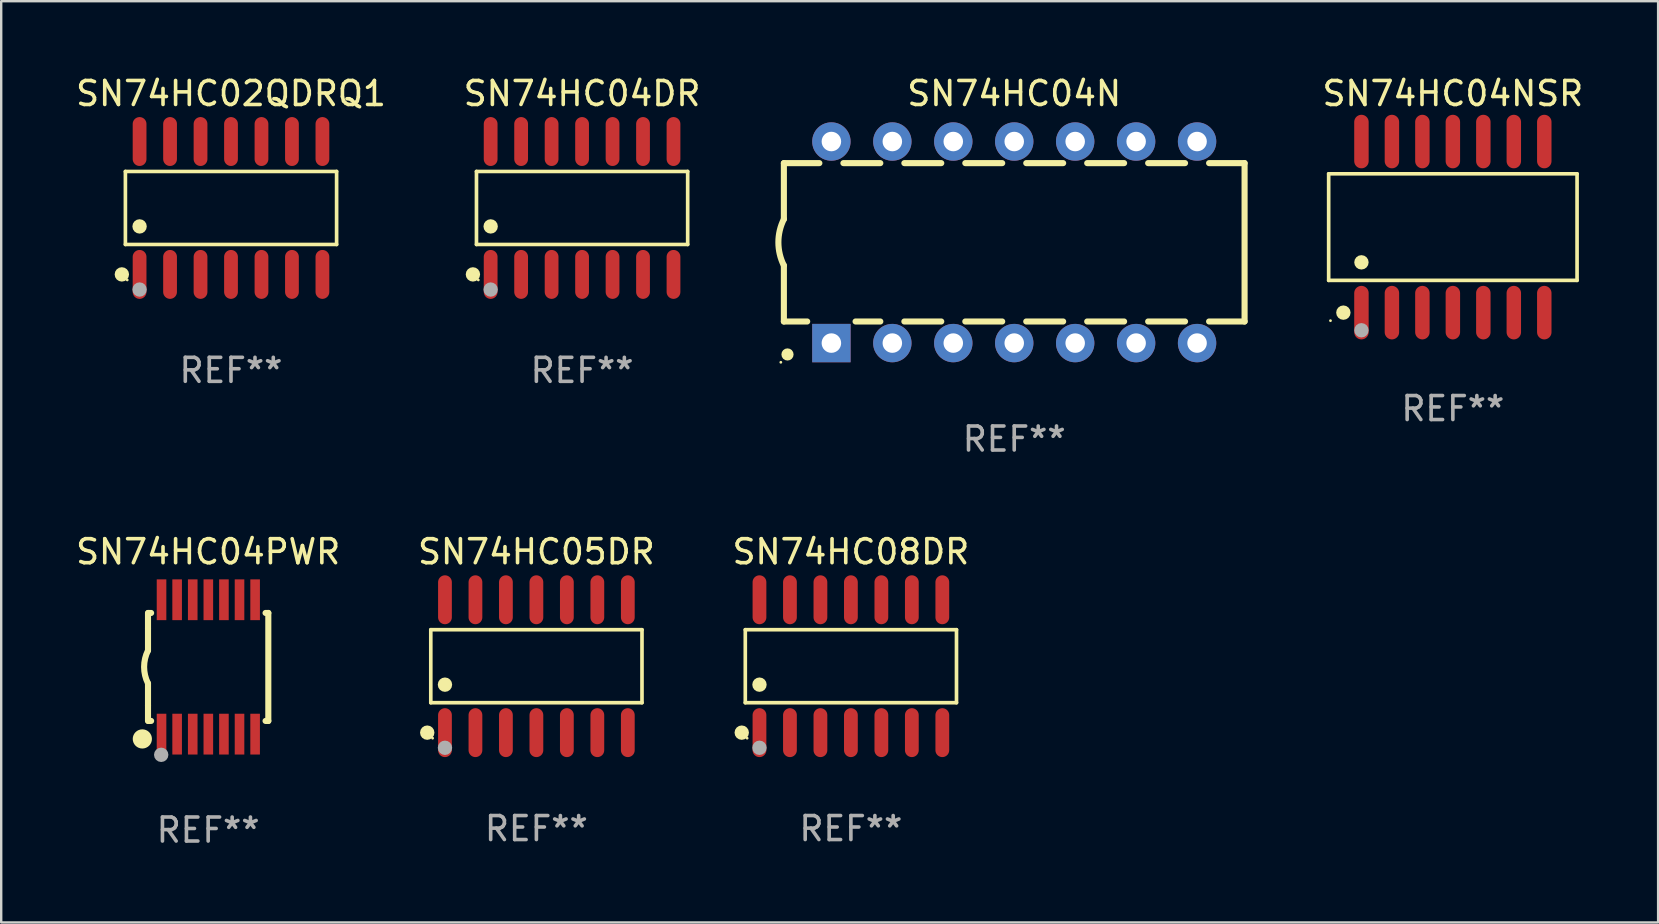
<source format=kicad_pcb>
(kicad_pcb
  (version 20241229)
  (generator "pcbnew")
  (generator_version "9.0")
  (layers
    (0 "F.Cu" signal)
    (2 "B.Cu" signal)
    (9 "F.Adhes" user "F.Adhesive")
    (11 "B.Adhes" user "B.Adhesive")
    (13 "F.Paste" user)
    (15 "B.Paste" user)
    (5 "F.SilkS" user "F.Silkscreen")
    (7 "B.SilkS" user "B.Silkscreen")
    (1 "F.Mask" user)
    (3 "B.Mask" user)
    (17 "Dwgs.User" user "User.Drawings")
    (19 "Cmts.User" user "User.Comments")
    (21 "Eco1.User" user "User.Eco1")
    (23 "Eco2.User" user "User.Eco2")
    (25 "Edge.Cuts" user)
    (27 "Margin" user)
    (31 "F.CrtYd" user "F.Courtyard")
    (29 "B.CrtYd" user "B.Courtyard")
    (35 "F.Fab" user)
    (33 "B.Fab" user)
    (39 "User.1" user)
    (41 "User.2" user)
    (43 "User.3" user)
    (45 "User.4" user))
  (footprint "SN74HC08DR"
    (layer "F.Cu")
    (at 32.411 24.714)
    (property "Reference" "SN74HC08DR" (at 0 -4.769 0) (layer "F.SilkS") (effects (font (size 1 1) (thickness 0.15))))
    (attr through_hole)
    (fp_line (start -4.401 -1.521) (end 4.401 -1.521) (stroke (width 0.152) (type solid)) (layer "F.SilkS"))
    (fp_line (start -4.401 1.521) (end -4.401 -1.521) (stroke (width 0.152) (type solid)) (layer "F.SilkS"))
    (fp_line (start 4.401 -1.521) (end 4.401 1.521) (stroke (width 0.152) (type solid)) (layer "F.SilkS"))
    (fp_line (start 4.401 1.521) (end -4.401 1.521) (stroke (width 0.152) (type solid)) (layer "F.SilkS"))
    (fp_circle (center -4.549 2.769) (end -4.399 2.769) (stroke (width 0.3) (type solid)) (fill no) (layer "F.SilkS"))
    (fp_circle (center -4.325 3) (end -4.295 3) (stroke (width 0.06) (type solid)) (fill no) (layer "F.SilkS"))
    (fp_circle (center -3.81 0.769) (end -3.66 0.769) (stroke (width 0.3) (type solid)) (fill no) (layer "F.SilkS"))
    (fp_circle (center -3.81 3.4) (end -3.66 3.4) (stroke (width 0.3) (type solid)) (fill no) (layer "F.Fab"))
    (fp_text user "REF**" (at 0 6.769 0) (layer "F.Fab") (effects (font (size 1 1) (thickness 0.15))))
    (pad "1" smd oval (at -3.81 2.769) (size 0.574 2.038) (layers "F.Cu" "F.Mask" "F.Paste"))
    (pad "2" smd oval (at -2.54 2.769) (size 0.574 2.038) (layers "F.Cu" "F.Mask" "F.Paste"))
    (pad "3" smd oval (at -1.27 2.769) (size 0.574 2.038) (layers "F.Cu" "F.Mask" "F.Paste"))
    (pad "4" smd oval (at 0 2.769) (size 0.574 2.038) (layers "F.Cu" "F.Mask" "F.Paste"))
    (pad "5" smd oval (at 1.27 2.769) (size 0.574 2.038) (layers "F.Cu" "F.Mask" "F.Paste"))
    (pad "6" smd oval (at 2.54 2.769) (size 0.574 2.038) (layers "F.Cu" "F.Mask" "F.Paste"))
    (pad "7" smd oval (at 3.81 2.769) (size 0.574 2.038) (layers "F.Cu" "F.Mask" "F.Paste"))
    (pad "8" smd oval (at 3.81 -2.769) (size 0.574 2.038) (layers "F.Cu" "F.Mask" "F.Paste"))
    (pad "9" smd oval (at 2.54 -2.769) (size 0.574 2.038) (layers "F.Cu" "F.Mask" "F.Paste"))
    (pad "10" smd oval (at 1.27 -2.769) (size 0.574 2.038) (layers "F.Cu" "F.Mask" "F.Paste"))
    (pad "11" smd oval (at 0 -2.769) (size 0.574 2.038) (layers "F.Cu" "F.Mask" "F.Paste"))
    (pad "12" smd oval (at -1.27 -2.769) (size 0.574 2.038) (layers "F.Cu" "F.Mask" "F.Paste"))
    (pad "13" smd oval (at -2.54 -2.769) (size 0.574 2.038) (layers "F.Cu" "F.Mask" "F.Paste"))
    (pad "14" smd oval (at -3.81 -2.769) (size 0.574 2.038) (layers "F.Cu" "F.Mask" "F.Paste")))
  (footprint "SN74HC04NSR"
    (layer "F.Cu")
    (at 57.498 6.414)
    (property "Reference" "SN74HC04NSR" (at 0 -5.565 0) (layer "F.SilkS") (effects (font (size 1 1) (thickness 0.15))))
    (attr through_hole)
    (fp_line (start -5.176 -2.221) (end 5.176 -2.221) (stroke (width 0.152) (type solid)) (layer "F.SilkS"))
    (fp_line (start -5.176 2.221) (end -5.176 -2.221) (stroke (width 0.152) (type solid)) (layer "F.SilkS"))
    (fp_line (start 5.176 -2.221) (end 5.176 2.221) (stroke (width 0.152) (type solid)) (layer "F.SilkS"))
    (fp_line (start 5.176 2.221) (end -5.176 2.221) (stroke (width 0.152) (type solid)) (layer "F.SilkS"))
    (fp_circle (center -5.1 3.9) (end -5.07 3.9) (stroke (width 0.06) (type solid)) (fill no) (layer "F.SilkS"))
    (fp_circle (center -4.563 3.565) (end -4.413 3.565) (stroke (width 0.3) (type solid)) (fill no) (layer "F.SilkS"))
    (fp_circle (center -3.81 1.469) (end -3.66 1.469) (stroke (width 0.3) (type solid)) (fill no) (layer "F.SilkS"))
    (fp_circle (center -3.81 4.3) (end -3.66 4.3) (stroke (width 0.3) (type solid)) (fill no) (layer "F.Fab"))
    (fp_text user "REF**" (at 0 7.565 0) (layer "F.Fab") (effects (font (size 1 1) (thickness 0.15))))
    (pad "1" smd oval (at -3.81 3.565) (size 0.602 2.231) (layers "F.Cu" "F.Mask" "F.Paste"))
    (pad "2" smd oval (at -2.54 3.565) (size 0.602 2.231) (layers "F.Cu" "F.Mask" "F.Paste"))
    (pad "3" smd oval (at -1.27 3.565) (size 0.602 2.231) (layers "F.Cu" "F.Mask" "F.Paste"))
    (pad "4" smd oval (at 0 3.565) (size 0.602 2.231) (layers "F.Cu" "F.Mask" "F.Paste"))
    (pad "5" smd oval (at 1.27 3.565) (size 0.602 2.231) (layers "F.Cu" "F.Mask" "F.Paste"))
    (pad "6" smd oval (at 2.54 3.565) (size 0.602 2.231) (layers "F.Cu" "F.Mask" "F.Paste"))
    (pad "7" smd oval (at 3.81 3.565) (size 0.602 2.231) (layers "F.Cu" "F.Mask" "F.Paste"))
    (pad "8" smd oval (at 3.81 -3.565) (size 0.602 2.231) (layers "F.Cu" "F.Mask" "F.Paste"))
    (pad "9" smd oval (at 2.54 -3.565) (size 0.602 2.231) (layers "F.Cu" "F.Mask" "F.Paste"))
    (pad "10" smd oval (at 1.27 -3.565) (size 0.602 2.231) (layers "F.Cu" "F.Mask" "F.Paste"))
    (pad "11" smd oval (at 0 -3.565) (size 0.602 2.231) (layers "F.Cu" "F.Mask" "F.Paste"))
    (pad "12" smd oval (at -1.27 -3.565) (size 0.602 2.231) (layers "F.Cu" "F.Mask" "F.Paste"))
    (pad "13" smd oval (at -2.54 -3.565) (size 0.602 2.231) (layers "F.Cu" "F.Mask" "F.Paste"))
    (pad "14" smd oval (at -3.81 -3.565) (size 0.602 2.231) (layers "F.Cu" "F.Mask" "F.Paste")))
  (footprint "SN74HC05DR"
    (layer "F.Cu")
    (at 19.304 24.714)
    (property "Reference" "SN74HC05DR" (at 0 -4.769 0) (layer "F.SilkS") (effects (font (size 1 1) (thickness 0.15))))
    (attr through_hole)
    (fp_line (start -4.401 -1.521) (end 4.401 -1.521) (stroke (width 0.152) (type solid)) (layer "F.SilkS"))
    (fp_line (start -4.401 1.521) (end -4.401 -1.521) (stroke (width 0.152) (type solid)) (layer "F.SilkS"))
    (fp_line (start 4.401 -1.521) (end 4.401 1.521) (stroke (width 0.152) (type solid)) (layer "F.SilkS"))
    (fp_line (start 4.401 1.521) (end -4.401 1.521) (stroke (width 0.152) (type solid)) (layer "F.SilkS"))
    (fp_circle (center -4.549 2.769) (end -4.399 2.769) (stroke (width 0.3) (type solid)) (fill no) (layer "F.SilkS"))
    (fp_circle (center -4.325 3) (end -4.295 3) (stroke (width 0.06) (type solid)) (fill no) (layer "F.SilkS"))
    (fp_circle (center -3.81 0.769) (end -3.66 0.769) (stroke (width 0.3) (type solid)) (fill no) (layer "F.SilkS"))
    (fp_circle (center -3.81 3.4) (end -3.66 3.4) (stroke (width 0.3) (type solid)) (fill no) (layer "F.Fab"))
    (fp_text user "REF**" (at 0 6.769 0) (layer "F.Fab") (effects (font (size 1 1) (thickness 0.15))))
    (pad "1" smd oval (at -3.81 2.769) (size 0.574 2.038) (layers "F.Cu" "F.Mask" "F.Paste"))
    (pad "2" smd oval (at -2.54 2.769) (size 0.574 2.038) (layers "F.Cu" "F.Mask" "F.Paste"))
    (pad "3" smd oval (at -1.27 2.769) (size 0.574 2.038) (layers "F.Cu" "F.Mask" "F.Paste"))
    (pad "4" smd oval (at 0 2.769) (size 0.574 2.038) (layers "F.Cu" "F.Mask" "F.Paste"))
    (pad "5" smd oval (at 1.27 2.769) (size 0.574 2.038) (layers "F.Cu" "F.Mask" "F.Paste"))
    (pad "6" smd oval (at 2.54 2.769) (size 0.574 2.038) (layers "F.Cu" "F.Mask" "F.Paste"))
    (pad "7" smd oval (at 3.81 2.769) (size 0.574 2.038) (layers "F.Cu" "F.Mask" "F.Paste"))
    (pad "8" smd oval (at 3.81 -2.769) (size 0.574 2.038) (layers "F.Cu" "F.Mask" "F.Paste"))
    (pad "9" smd oval (at 2.54 -2.769) (size 0.574 2.038) (layers "F.Cu" "F.Mask" "F.Paste"))
    (pad "10" smd oval (at 1.27 -2.769) (size 0.574 2.038) (layers "F.Cu" "F.Mask" "F.Paste"))
    (pad "11" smd oval (at 0 -2.769) (size 0.574 2.038) (layers "F.Cu" "F.Mask" "F.Paste"))
    (pad "12" smd oval (at -1.27 -2.769) (size 0.574 2.038) (layers "F.Cu" "F.Mask" "F.Paste"))
    (pad "13" smd oval (at -2.54 -2.769) (size 0.574 2.038) (layers "F.Cu" "F.Mask" "F.Paste"))
    (pad "14" smd oval (at -3.81 -2.769) (size 0.574 2.038) (layers "F.Cu" "F.Mask" "F.Paste")))
  (footprint "SN74HC04PWR"
    (layer "F.Cu")
    (at 5.625 24.745)
    (property "Reference" "SN74HC04PWR" (at 0 -4.8 0) (layer "F.SilkS") (effects (font (size 1 1) (thickness 0.15))))
    (attr through_hole)
    (fp_line (start -2.507 -1.6) (end -2.507 -2.25) (stroke (width 0.254) (type solid)) (layer "F.SilkS"))
    (fp_line (start -2.507 -0.686) (end -2.507 -1.6) (stroke (width 0.254) (type solid)) (layer "F.SilkS"))
    (fp_line (start -2.507 1.6) (end -2.507 0.686) (stroke (width 0.254) (type solid)) (layer "F.SilkS"))
    (fp_line (start -2.507 1.6) (end -2.507 2.25) (stroke (width 0.254) (type solid)) (layer "F.SilkS"))
    (fp_line (start -2.493 -2.25) (end -2.377 -2.25) (stroke (width 0.254) (type solid)) (layer "F.SilkS"))
    (fp_line (start -2.377 2.25) (end -2.493 2.25) (stroke (width 0.254) (type solid)) (layer "F.SilkS"))
    (fp_line (start 2.392 -2.25) (end 2.507 -2.25) (stroke (width 0.254) (type solid)) (layer "F.SilkS"))
    (fp_line (start 2.507 -2.25) (end 2.507 2.25) (stroke (width 0.254) (type solid)) (layer "F.SilkS"))
    (fp_line (start 2.507 2.25) (end 2.392 2.25) (stroke (width 0.254) (type solid)) (layer "F.SilkS"))
    (fp_arc (start -2.507303 0.685802) (mid -2.669199 0) (end -2.507303 -0.685801) (stroke (width 0.254001) (type solid)) (layer "F.SilkS"))
    (fp_circle (center -2.743 3) (end -2.543 3) (stroke (width 0.4) (type solid)) (fill no) (layer "F.SilkS"))
    (fp_circle (center -2.493 3.2) (end -2.463 3.2) (stroke (width 0.06) (type solid)) (fill no) (layer "F.SilkS"))
    (fp_circle (center -1.957 3.662) (end -1.807 3.662) (stroke (width 0.3) (type solid)) (fill no) (layer "F.Fab"))
    (fp_text user "REF**" (at 0 6.8 0) (layer "F.Fab") (effects (font (size 1 1) (thickness 0.15))))
    (pad "1" smd rect (at -1.943 2.8) (size 0.4 1.7) (layers "F.Cu" "F.Mask" "F.Paste"))
    (pad "2" smd rect (at -1.293 2.8) (size 0.4 1.7) (layers "F.Cu" "F.Mask" "F.Paste"))
    (pad "3" smd rect (at -0.643 2.8) (size 0.4 1.7) (layers "F.Cu" "F.Mask" "F.Paste"))
    (pad "4" smd rect (at 0.007 2.8) (size 0.4 1.7) (layers "F.Cu" "F.Mask" "F.Paste"))
    (pad "5" smd rect (at 0.657 2.8) (size 0.4 1.7) (layers "F.Cu" "F.Mask" "F.Paste"))
    (pad "6" smd rect (at 1.307 2.8) (size 0.4 1.7) (layers "F.Cu" "F.Mask" "F.Paste"))
    (pad "7" smd rect (at 1.957 2.8) (size 0.4 1.7) (layers "F.Cu" "F.Mask" "F.Paste"))
    (pad "8" smd rect (at 1.957 -2.8) (size 0.4 1.7) (layers "F.Cu" "F.Mask" "F.Paste"))
    (pad "9" smd rect (at 1.307 -2.8) (size 0.4 1.7) (layers "F.Cu" "F.Mask" "F.Paste"))
    (pad "10" smd rect (at 0.657 -2.8) (size 0.4 1.7) (layers "F.Cu" "F.Mask" "F.Paste"))
    (pad "11" smd rect (at 0.007 -2.8) (size 0.4 1.7) (layers "F.Cu" "F.Mask" "F.Paste"))
    (pad "12" smd rect (at -0.643 -2.8) (size 0.4 1.7) (layers "F.Cu" "F.Mask" "F.Paste"))
    (pad "13" smd rect (at -1.293 -2.8) (size 0.4 1.7) (layers "F.Cu" "F.Mask" "F.Paste"))
    (pad "14" smd rect (at -1.943 -2.8) (size 0.4 1.7) (layers "F.Cu" "F.Mask" "F.Paste")))
  (footprint "SN74HC02QDRQ1"
    (layer "F.Cu")
    (at 6.577 5.617)
    (property "Reference" "SN74HC02QDRQ1" (at 0 -4.769 0) (layer "F.SilkS") (effects (font (size 1 1) (thickness 0.15))))
    (attr through_hole)
    (fp_line (start -4.401 -1.521) (end 4.401 -1.521) (stroke (width 0.152) (type solid)) (layer "F.SilkS"))
    (fp_line (start -4.401 1.521) (end -4.401 -1.521) (stroke (width 0.152) (type solid)) (layer "F.SilkS"))
    (fp_line (start 4.401 -1.521) (end 4.401 1.521) (stroke (width 0.152) (type solid)) (layer "F.SilkS"))
    (fp_line (start 4.401 1.521) (end -4.401 1.521) (stroke (width 0.152) (type solid)) (layer "F.SilkS"))
    (fp_circle (center -4.549 2.769) (end -4.399 2.769) (stroke (width 0.3) (type solid)) (fill no) (layer "F.SilkS"))
    (fp_circle (center -4.325 3) (end -4.295 3) (stroke (width 0.06) (type solid)) (fill no) (layer "F.SilkS"))
    (fp_circle (center -3.81 0.769) (end -3.66 0.769) (stroke (width 0.3) (type solid)) (fill no) (layer "F.SilkS"))
    (fp_circle (center -3.81 3.4) (end -3.66 3.4) (stroke (width 0.3) (type solid)) (fill no) (layer "F.Fab"))
    (fp_text user "REF**" (at 0 6.769 0) (layer "F.Fab") (effects (font (size 1 1) (thickness 0.15))))
    (pad "1" smd oval (at -3.81 2.769) (size 0.574 2.038) (layers "F.Cu" "F.Mask" "F.Paste"))
    (pad "2" smd oval (at -2.54 2.769) (size 0.574 2.038) (layers "F.Cu" "F.Mask" "F.Paste"))
    (pad "3" smd oval (at -1.27 2.769) (size 0.574 2.038) (layers "F.Cu" "F.Mask" "F.Paste"))
    (pad "4" smd oval (at 0 2.769) (size 0.574 2.038) (layers "F.Cu" "F.Mask" "F.Paste"))
    (pad "5" smd oval (at 1.27 2.769) (size 0.574 2.038) (layers "F.Cu" "F.Mask" "F.Paste"))
    (pad "6" smd oval (at 2.54 2.769) (size 0.574 2.038) (layers "F.Cu" "F.Mask" "F.Paste"))
    (pad "7" smd oval (at 3.81 2.769) (size 0.574 2.038) (layers "F.Cu" "F.Mask" "F.Paste"))
    (pad "8" smd oval (at 3.81 -2.769) (size 0.574 2.038) (layers "F.Cu" "F.Mask" "F.Paste"))
    (pad "9" smd oval (at 2.54 -2.769) (size 0.574 2.038) (layers "F.Cu" "F.Mask" "F.Paste"))
    (pad "10" smd oval (at 1.27 -2.769) (size 0.574 2.038) (layers "F.Cu" "F.Mask" "F.Paste"))
    (pad "11" smd oval (at 0 -2.769) (size 0.574 2.038) (layers "F.Cu" "F.Mask" "F.Paste"))
    (pad "12" smd oval (at -1.27 -2.769) (size 0.574 2.038) (layers "F.Cu" "F.Mask" "F.Paste"))
    (pad "13" smd oval (at -2.54 -2.769) (size 0.574 2.038) (layers "F.Cu" "F.Mask" "F.Paste"))
    (pad "14" smd oval (at -3.81 -2.769) (size 0.574 2.038) (layers "F.Cu" "F.Mask" "F.Paste")))
  (footprint "SN74HC04DR"
    (layer "F.Cu")
    (at 21.208 5.617)
    (property "Reference" "SN74HC04DR" (at 0 -4.769 0) (layer "F.SilkS") (effects (font (size 1 1) (thickness 0.15))))
    (attr through_hole)
    (fp_line (start -4.401 -1.521) (end 4.401 -1.521) (stroke (width 0.152) (type solid)) (layer "F.SilkS"))
    (fp_line (start -4.401 1.521) (end -4.401 -1.521) (stroke (width 0.152) (type solid)) (layer "F.SilkS"))
    (fp_line (start 4.401 -1.521) (end 4.401 1.521) (stroke (width 0.152) (type solid)) (layer "F.SilkS"))
    (fp_line (start 4.401 1.521) (end -4.401 1.521) (stroke (width 0.152) (type solid)) (layer "F.SilkS"))
    (fp_circle (center -4.549 2.769) (end -4.399 2.769) (stroke (width 0.3) (type solid)) (fill no) (layer "F.SilkS"))
    (fp_circle (center -4.325 3) (end -4.295 3) (stroke (width 0.06) (type solid)) (fill no) (layer "F.SilkS"))
    (fp_circle (center -3.81 0.769) (end -3.66 0.769) (stroke (width 0.3) (type solid)) (fill no) (layer "F.SilkS"))
    (fp_circle (center -3.81 3.4) (end -3.66 3.4) (stroke (width 0.3) (type solid)) (fill no) (layer "F.Fab"))
    (fp_text user "REF**" (at 0 6.769 0) (layer "F.Fab") (effects (font (size 1 1) (thickness 0.15))))
    (pad "1" smd oval (at -3.81 2.769) (size 0.574 2.038) (layers "F.Cu" "F.Mask" "F.Paste"))
    (pad "2" smd oval (at -2.54 2.769) (size 0.574 2.038) (layers "F.Cu" "F.Mask" "F.Paste"))
    (pad "3" smd oval (at -1.27 2.769) (size 0.574 2.038) (layers "F.Cu" "F.Mask" "F.Paste"))
    (pad "4" smd oval (at 0 2.769) (size 0.574 2.038) (layers "F.Cu" "F.Mask" "F.Paste"))
    (pad "5" smd oval (at 1.27 2.769) (size 0.574 2.038) (layers "F.Cu" "F.Mask" "F.Paste"))
    (pad "6" smd oval (at 2.54 2.769) (size 0.574 2.038) (layers "F.Cu" "F.Mask" "F.Paste"))
    (pad "7" smd oval (at 3.81 2.769) (size 0.574 2.038) (layers "F.Cu" "F.Mask" "F.Paste"))
    (pad "8" smd oval (at 3.81 -2.769) (size 0.574 2.038) (layers "F.Cu" "F.Mask" "F.Paste"))
    (pad "9" smd oval (at 2.54 -2.769) (size 0.574 2.038) (layers "F.Cu" "F.Mask" "F.Paste"))
    (pad "10" smd oval (at 1.27 -2.769) (size 0.574 2.038) (layers "F.Cu" "F.Mask" "F.Paste"))
    (pad "11" smd oval (at 0 -2.769) (size 0.574 2.038) (layers "F.Cu" "F.Mask" "F.Paste"))
    (pad "12" smd oval (at -1.27 -2.769) (size 0.574 2.038) (layers "F.Cu" "F.Mask" "F.Paste"))
    (pad "13" smd oval (at -2.54 -2.769) (size 0.574 2.038) (layers "F.Cu" "F.Mask" "F.Paste"))
    (pad "14" smd oval (at -3.81 -2.769) (size 0.574 2.038) (layers "F.Cu" "F.Mask" "F.Paste")))
  (footprint "SN74HC04N"
    (layer "F.Cu")
    (at 39.218 7.048)
    (property "Reference" "SN74HC04N" (at 0 -6.2 0) (layer "F.SilkS") (effects (font (size 1 1) (thickness 0.15))))
    (attr through_hole)
    (fp_line (start -9.6 -3.3) (end -9.6 -0.965) (stroke (width 0.254) (type solid)) (layer "F.SilkS"))
    (fp_line (start -9.6 -3.3) (end -8.121 -3.3) (stroke (width 0.254) (type solid)) (layer "F.SilkS"))
    (fp_line (start -9.6 3.3) (end -9.6 0.965) (stroke (width 0.254) (type solid)) (layer "F.SilkS"))
    (fp_line (start -9.6 3.3) (end -8.628 3.3) (stroke (width 0.254) (type solid)) (layer "F.SilkS"))
    (fp_line (start -7.119 -3.3) (end -5.581 -3.3) (stroke (width 0.254) (type solid)) (layer "F.SilkS"))
    (fp_line (start -6.612 3.3) (end -5.581 3.3) (stroke (width 0.254) (type solid)) (layer "F.SilkS"))
    (fp_line (start -4.579 -3.3) (end -3.041 -3.3) (stroke (width 0.254) (type solid)) (layer "F.SilkS"))
    (fp_line (start -4.579 3.3) (end -3.041 3.3) (stroke (width 0.254) (type solid)) (layer "F.SilkS"))
    (fp_line (start -2.039 -3.3) (end -0.501 -3.3) (stroke (width 0.254) (type solid)) (layer "F.SilkS"))
    (fp_line (start -2.039 3.3) (end -0.501 3.3) (stroke (width 0.254) (type solid)) (layer "F.SilkS"))
    (fp_line (start 0.501 -3.3) (end 2.039 -3.3) (stroke (width 0.254) (type solid)) (layer "F.SilkS"))
    (fp_line (start 0.501 3.3) (end 2.039 3.3) (stroke (width 0.254) (type solid)) (layer "F.SilkS"))
    (fp_line (start 3.041 -3.3) (end 4.579 -3.3) (stroke (width 0.254) (type solid)) (layer "F.SilkS"))
    (fp_line (start 3.041 3.3) (end 4.579 3.3) (stroke (width 0.254) (type solid)) (layer "F.SilkS"))
    (fp_line (start 5.581 -3.3) (end 7.119 -3.3) (stroke (width 0.254) (type solid)) (layer "F.SilkS"))
    (fp_line (start 5.581 3.3) (end 7.119 3.3) (stroke (width 0.254) (type solid)) (layer "F.SilkS"))
    (fp_line (start 8.121 -3.3) (end 9.6 -3.3) (stroke (width 0.254) (type solid)) (layer "F.SilkS"))
    (fp_line (start 8.121 3.3) (end 9.6 3.3) (stroke (width 0.254) (type solid)) (layer "F.SilkS"))
    (fp_line (start 9.6 -3.3) (end 9.6 3.3) (stroke (width 0.254) (type solid)) (layer "F.SilkS"))
    (fp_arc (start -9.601219 0.965202) (mid -9.828641 -0.00004) (end -9.600025 -0.964999) (stroke (width 0.254001) (type solid)) (layer "F.SilkS"))
    (fp_circle (center -9.727 5) (end -9.697 5) (stroke (width 0.06) (type solid)) (fill no) (layer "F.SilkS"))
    (fp_circle (center -9.449 4.674) (end -9.322 4.674) (stroke (width 0.254) (type solid)) (fill no) (layer "F.SilkS"))
    (fp_text user "REF**" (at 0 8.2 0) (layer "F.Fab") (effects (font (size 1 1) (thickness 0.15))))
    (pad "1" thru_hole rect (at -7.62 4.2) (size 1.6 1.6) (drill 0.813) (layers "*.Cu" "*.Mask"))
    (pad "2" thru_hole circle (at -5.08 4.2) (size 1.6 1.6) (drill 0.813) (layers "*.Cu" "*.Mask"))
    (pad "3" thru_hole circle (at -2.54 4.2) (size 1.6 1.6) (drill 0.813) (layers "*.Cu" "*.Mask"))
    (pad "4" thru_hole circle (at 0 4.2) (size 1.6 1.6) (drill 0.813) (layers "*.Cu" "*.Mask"))
    (pad "5" thru_hole circle (at 2.54 4.2) (size 1.6 1.6) (drill 0.813) (layers "*.Cu" "*.Mask"))
    (pad "6" thru_hole circle (at 5.08 4.2) (size 1.6 1.6) (drill 0.813) (layers "*.Cu" "*.Mask"))
    (pad "7" thru_hole circle (at 7.62 4.2) (size 1.6 1.6) (drill 0.813) (layers "*.Cu" "*.Mask"))
    (pad "8" thru_hole circle (at 7.62 -4.2) (size 1.6 1.6) (drill 0.813) (layers "*.Cu" "*.Mask"))
    (pad "9" thru_hole circle (at 5.08 -4.2) (size 1.6 1.6) (drill 0.813) (layers "*.Cu" "*.Mask"))
    (pad "10" thru_hole circle (at 2.54 -4.2) (size 1.6 1.6) (drill 0.813) (layers "*.Cu" "*.Mask"))
    (pad "11" thru_hole circle (at 0 -4.2) (size 1.6 1.6) (drill 0.813) (layers "*.Cu" "*.Mask"))
    (pad "12" thru_hole circle (at -2.54 -4.2) (size 1.6 1.6) (drill 0.813) (layers "*.Cu" "*.Mask"))
    (pad "13" thru_hole circle (at -5.08 -4.2) (size 1.6 1.6) (drill 0.813) (layers "*.Cu" "*.Mask"))
    (pad "14" thru_hole circle (at -7.62 -4.2) (size 1.6 1.6) (drill 0.813) (layers "*.Cu" "*.Mask")))
  (gr_rect
    (start -3 -3)
    (end 66.052 35.393)
    (stroke (width 0.1) (type default))
    (fill no)
    (layer "Edge.Cuts")))
</source>
